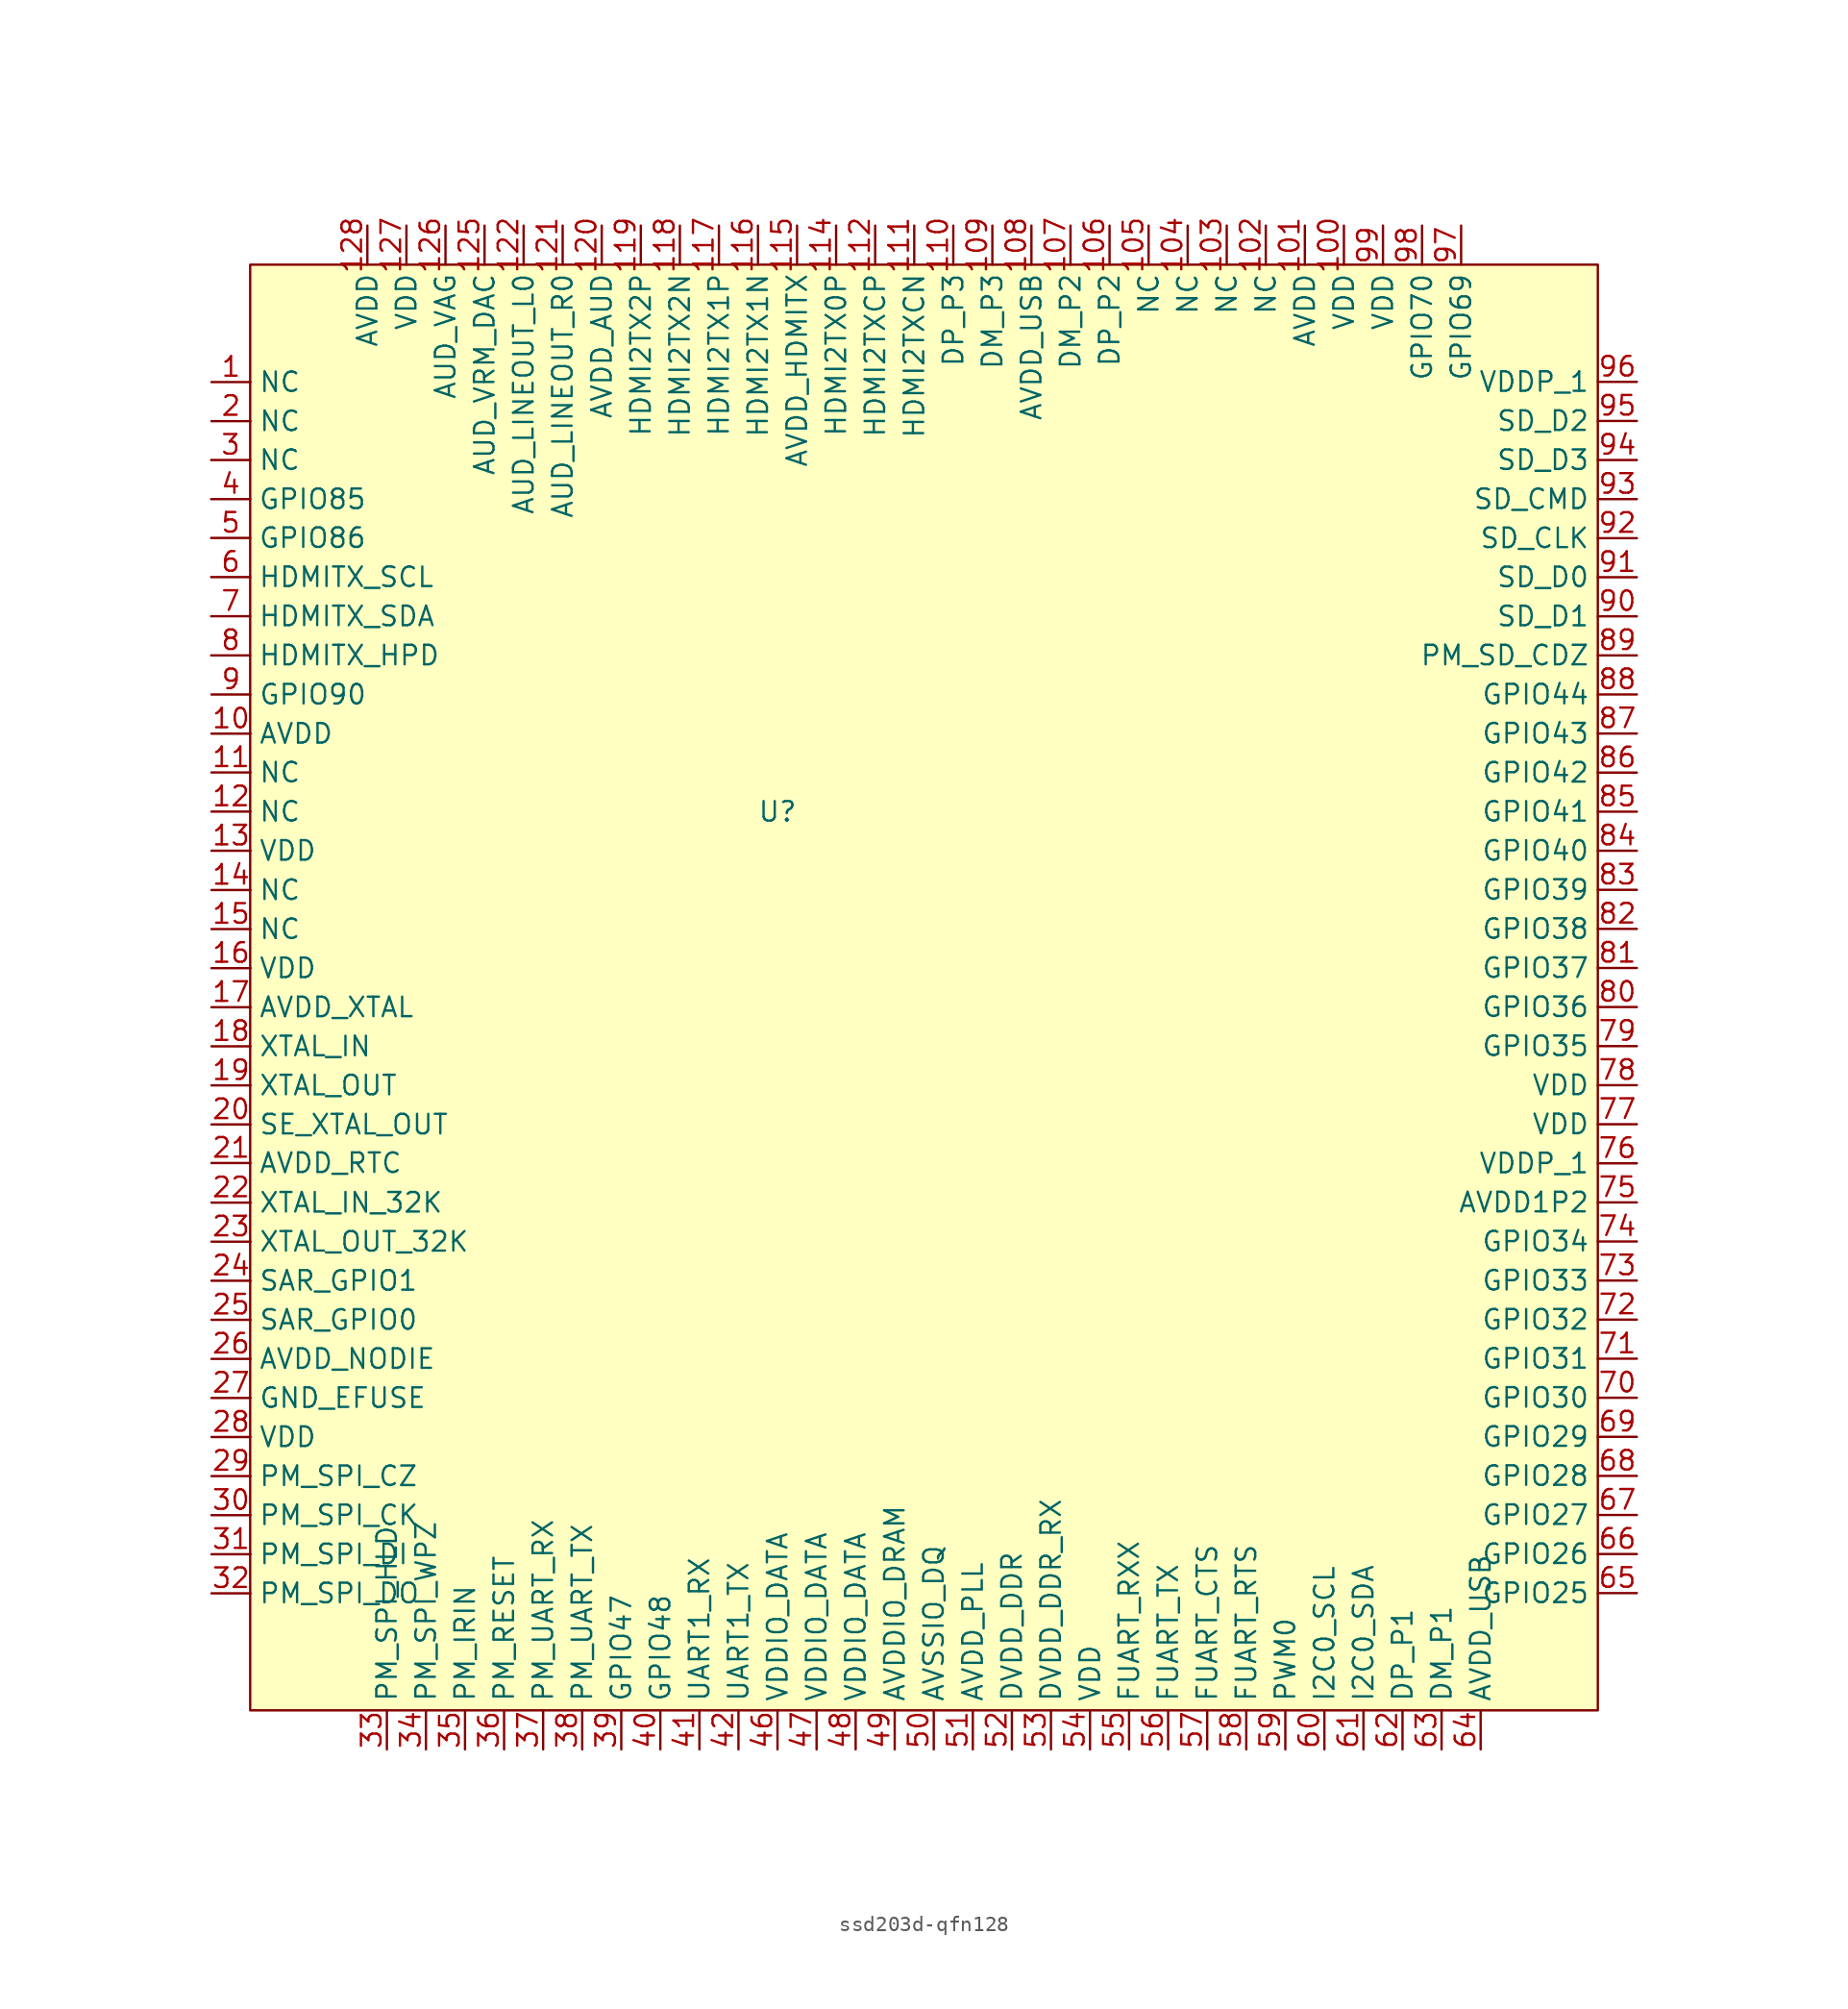
<source format=kicad_sym>
(kicad_symbol_lib
  (version 20231120)
  (generator "kicad_symbol_editor")
  (generator_version "8.0")
  (symbol "ssd203d-qfn128"
    (property "Reference" "U"
      (at 0 0 0)
      (effects (font (size 1.27 1.27))))
    (property "Value" ""
      (at 0 0 0)
      (effects (font (size 1.27 1.27))))
    (symbol "ssd203d-qfn128_1_1"
      (rectangle (start -34.29 35.56) (end 53.34 -58.42) (stroke (width 0) (type default)) (fill (type background)))
      (pin input line (at -36.807 27.927 0) (length 2.54) (name "NC" (effects (font (size 1.27 1.27)))) (number "1" (effects (font (size 1.27 1.27)))))
      (pin input line (at -36.807 5.072 0) (length 2.54) (name "AVDD" (effects (font (size 1.27 1.27)))) (number "10" (effects (font (size 1.27 1.27)))))
      (pin input line (at 36.83 38.1 270) (length 2.54) (name "VDD" (effects (font (size 1.27 1.27)))) (number "100" (effects (font (size 1.27 1.27)))))
      (pin input line (at 34.29 38.1 270) (length 2.54) (name "AVDD" (effects (font (size 1.27 1.27)))) (number "101" (effects (font (size 1.27 1.27)))))
      (pin input line (at 31.75 38.1 270) (length 2.54) (name "NC" (effects (font (size 1.27 1.27)))) (number "102" (effects (font (size 1.27 1.27)))))
      (pin input line (at 29.21 38.1 270) (length 2.54) (name "NC" (effects (font (size 1.27 1.27)))) (number "103" (effects (font (size 1.27 1.27)))))
      (pin input line (at 26.67 38.1 270) (length 2.54) (name "NC" (effects (font (size 1.27 1.27)))) (number "104" (effects (font (size 1.27 1.27)))))
      (pin input line (at 24.13 38.1 270) (length 2.54) (name "NC" (effects (font (size 1.27 1.27)))) (number "105" (effects (font (size 1.27 1.27)))))
      (pin input line (at 21.59 38.1 270) (length 2.54) (name "DP_P2" (effects (font (size 1.27 1.27)))) (number "106" (effects (font (size 1.27 1.27)))))
      (pin input line (at 19.05 38.1 270) (length 2.54) (name "DM_P2" (effects (font (size 1.27 1.27)))) (number "107" (effects (font (size 1.27 1.27)))))
      (pin input line (at 16.51 38.1 270) (length 2.54) (name "AVDD_USB" (effects (font (size 1.27 1.27)))) (number "108" (effects (font (size 1.27 1.27)))))
      (pin input line (at 13.97 38.1 270) (length 2.54) (name "DM_P3" (effects (font (size 1.27 1.27)))) (number "109" (effects (font (size 1.27 1.27)))))
      (pin input line (at -36.807 2.55 0) (length 2.54) (name "NC" (effects (font (size 1.27 1.27)))) (number "11" (effects (font (size 1.27 1.27)))))
      (pin input line (at 11.43 38.1 270) (length 2.54) (name "DP_P3" (effects (font (size 1.27 1.27)))) (number "110" (effects (font (size 1.27 1.27)))))
      (pin input line (at 8.89 38.1 270) (length 2.54) (name "HDMI2TXCN" (effects (font (size 1.27 1.27)))) (number "111" (effects (font (size 1.27 1.27)))))
      (pin input line (at 6.35 38.1 270) (length 2.54) (name "HDMI2TXCP" (effects (font (size 1.27 1.27)))) (number "112" (effects (font (size 1.27 1.27)))))
      (pin input line (at 3.81 38.1 270) (length 2.54) (name "HDMI2TX0P" (effects (font (size 1.27 1.27)))) (number "114" (effects (font (size 1.27 1.27)))))
      (pin input line (at 1.27 38.1 270) (length 2.54) (name "AVDD_HDMITX" (effects (font (size 1.27 1.27)))) (number "115" (effects (font (size 1.27 1.27)))))
      (pin input line (at -1.27 38.1 270) (length 2.54) (name "HDMI2TX1N" (effects (font (size 1.27 1.27)))) (number "116" (effects (font (size 1.27 1.27)))))
      (pin input line (at -3.81 38.1 270) (length 2.54) (name "HDMI2TX1P" (effects (font (size 1.27 1.27)))) (number "117" (effects (font (size 1.27 1.27)))))
      (pin input line (at -6.35 38.1 270) (length 2.54) (name "HDMI2TX2N" (effects (font (size 1.27 1.27)))) (number "118" (effects (font (size 1.27 1.27)))))
      (pin input line (at -8.89 38.1 270) (length 2.54) (name "HDMI2TX2P" (effects (font (size 1.27 1.27)))) (number "119" (effects (font (size 1.27 1.27)))))
      (pin input line (at -36.807 0.005 0) (length 2.54) (name "NC" (effects (font (size 1.27 1.27)))) (number "12" (effects (font (size 1.27 1.27)))))
      (pin input line (at -11.43 38.1 270) (length 2.54) (name "AVDD_AUD" (effects (font (size 1.27 1.27)))) (number "120" (effects (font (size 1.27 1.27)))))
      (pin input line (at -13.97 38.1 270) (length 2.54) (name "AUD_LINEOUT_R0" (effects (font (size 1.27 1.27)))) (number "121" (effects (font (size 1.27 1.27)))))
      (pin input line (at -16.51 38.1 270) (length 2.54) (name "AUD_LINEOUT_L0" (effects (font (size 1.27 1.27)))) (number "122" (effects (font (size 1.27 1.27)))))
      (pin input line (at -19.05 38.1 270) (length 2.54) (name "AUD_VRM_DAC" (effects (font (size 1.27 1.27)))) (number "125" (effects (font (size 1.27 1.27)))))
      (pin input line (at -21.59 38.1 270) (length 2.54) (name "AUD_VAG" (effects (font (size 1.27 1.27)))) (number "126" (effects (font (size 1.27 1.27)))))
      (pin input line (at -24.13 38.1 270) (length 2.54) (name "VDD" (effects (font (size 1.27 1.27)))) (number "127" (effects (font (size 1.27 1.27)))))
      (pin input line (at -26.67 38.1 270) (length 2.54) (name "AVDD" (effects (font (size 1.27 1.27)))) (number "128" (effects (font (size 1.27 1.27)))))
      (pin input line (at -36.807 -2.54 0) (length 2.54) (name "VDD" (effects (font (size 1.27 1.27)))) (number "13" (effects (font (size 1.27 1.27)))))
      (pin input line (at -36.807 -5.093 0) (length 2.54) (name "NC" (effects (font (size 1.27 1.27)))) (number "14" (effects (font (size 1.27 1.27)))))
      (pin input line (at -36.807 -7.633 0) (length 2.54) (name "NC" (effects (font (size 1.27 1.27)))) (number "15" (effects (font (size 1.27 1.27)))))
      (pin input line (at -36.807 -10.173 0) (length 2.54) (name "VDD" (effects (font (size 1.27 1.27)))) (number "16" (effects (font (size 1.27 1.27)))))
      (pin input line (at -36.807 -12.713 0) (length 2.54) (name "AVDD_XTAL" (effects (font (size 1.27 1.27)))) (number "17" (effects (font (size 1.27 1.27)))))
      (pin input line (at -36.807 -15.253 0) (length 2.54) (name "XTAL_IN" (effects (font (size 1.27 1.27)))) (number "18" (effects (font (size 1.27 1.27)))))
      (pin input line (at -36.807 -17.793 0) (length 2.54) (name "XTAL_OUT" (effects (font (size 1.27 1.27)))) (number "19" (effects (font (size 1.27 1.27)))))
      (pin input line (at -36.807 25.387 0) (length 2.54) (name "NC" (effects (font (size 1.27 1.27)))) (number "2" (effects (font (size 1.27 1.27)))))
      (pin input line (at -36.807 -20.333 0) (length 2.54) (name "SE_XTAL_OUT" (effects (font (size 1.27 1.27)))) (number "20" (effects (font (size 1.27 1.27)))))
      (pin input line (at -36.807 -22.84 0) (length 2.54) (name "AVDD_RTC" (effects (font (size 1.27 1.27)))) (number "21" (effects (font (size 1.27 1.27)))))
      (pin input line (at -36.807 -25.413 0) (length 2.54) (name "XTAL_IN_32K" (effects (font (size 1.27 1.27)))) (number "22" (effects (font (size 1.27 1.27)))))
      (pin input line (at -36.807 -27.953 0) (length 2.54) (name "XTAL_OUT_32K" (effects (font (size 1.27 1.27)))) (number "23" (effects (font (size 1.27 1.27)))))
      (pin input line (at -36.807 -30.493 0) (length 2.54) (name "SAR_GPIO1" (effects (font (size 1.27 1.27)))) (number "24" (effects (font (size 1.27 1.27)))))
      (pin input line (at -36.807 -33.033 0) (length 2.54) (name "SAR_GPIO0" (effects (font (size 1.27 1.27)))) (number "25" (effects (font (size 1.27 1.27)))))
      (pin input line (at -36.807 -35.573 0) (length 2.54) (name "AVDD_NODIE" (effects (font (size 1.27 1.27)))) (number "26" (effects (font (size 1.27 1.27)))))
      (pin input line (at -36.807 -38.113 0) (length 2.54) (name "GND_EFUSE" (effects (font (size 1.27 1.27)))) (number "27" (effects (font (size 1.27 1.27)))))
      (pin input line (at -36.807 -40.653 0) (length 2.54) (name "VDD" (effects (font (size 1.27 1.27)))) (number "28" (effects (font (size 1.27 1.27)))))
      (pin input line (at -36.807 -43.193 0) (length 2.54) (name "PM_SPI_CZ" (effects (font (size 1.27 1.27)))) (number "29" (effects (font (size 1.27 1.27)))))
      (pin input line (at -36.83 22.861 0) (length 2.54) (name "NC" (effects (font (size 1.27 1.27)))) (number "3" (effects (font (size 1.27 1.27)))))
      (pin input line (at -36.807 -45.733 0) (length 2.54) (name "PM_SPI_CK" (effects (font (size 1.27 1.27)))) (number "30" (effects (font (size 1.27 1.27)))))
      (pin input line (at -36.807 -48.273 0) (length 2.54) (name "PM_SPI_DI" (effects (font (size 1.27 1.27)))) (number "31" (effects (font (size 1.27 1.27)))))
      (pin input line (at -36.807 -50.813 0) (length 2.54) (name "PM_SPI_DO" (effects (font (size 1.27 1.27)))) (number "32" (effects (font (size 1.27 1.27)))))
      (pin input line (at -25.4 -60.96 90) (length 2.54) (name "PM_SPI_HLD" (effects (font (size 1.27 1.27)))) (number "33" (effects (font (size 1.27 1.27)))))
      (pin input line (at -22.86 -60.96 90) (length 2.54) (name "PM_SPI_WPZ" (effects (font (size 1.27 1.27)))) (number "34" (effects (font (size 1.27 1.27)))))
      (pin input line (at -20.32 -60.96 90) (length 2.54) (name "PM_IRIN" (effects (font (size 1.27 1.27)))) (number "35" (effects (font (size 1.27 1.27)))))
      (pin input line (at -17.78 -60.96 90) (length 2.54) (name "PM_RESET" (effects (font (size 1.27 1.27)))) (number "36" (effects (font (size 1.27 1.27)))))
      (pin input line (at -15.24 -60.96 90) (length 2.54) (name "PM_UART_RX" (effects (font (size 1.27 1.27)))) (number "37" (effects (font (size 1.27 1.27)))))
      (pin input line (at -12.7 -60.96 90) (length 2.54) (name "PM_UART_TX" (effects (font (size 1.27 1.27)))) (number "38" (effects (font (size 1.27 1.27)))))
      (pin input line (at -10.16 -60.96 90) (length 2.54) (name "GPIO47" (effects (font (size 1.27 1.27)))) (number "39" (effects (font (size 1.27 1.27)))))
      (pin input line (at -36.83 20.316 0) (length 2.54) (name "GPIO85" (effects (font (size 1.27 1.27)))) (number "4" (effects (font (size 1.27 1.27)))))
      (pin input line (at -7.62 -60.96 90) (length 2.54) (name "GPIO48" (effects (font (size 1.27 1.27)))) (number "40" (effects (font (size 1.27 1.27)))))
      (pin input line (at -5.08 -60.96 90) (length 2.54) (name "UART1_RX" (effects (font (size 1.27 1.27)))) (number "41" (effects (font (size 1.27 1.27)))))
      (pin input line (at -2.54 -60.96 90) (length 2.54) (name "UART1_TX" (effects (font (size 1.27 1.27)))) (number "42" (effects (font (size 1.27 1.27)))))
      (pin input line (at 0 -60.96 90) (length 2.54) (name "VDDIO_DATA" (effects (font (size 1.27 1.27)))) (number "46" (effects (font (size 1.27 1.27)))))
      (pin input line (at 2.54 -60.96 90) (length 2.54) (name "VDDIO_DATA" (effects (font (size 1.27 1.27)))) (number "47" (effects (font (size 1.27 1.27)))))
      (pin input line (at 5.08 -60.96 90) (length 2.54) (name "VDDIO_DATA" (effects (font (size 1.27 1.27)))) (number "48" (effects (font (size 1.27 1.27)))))
      (pin input line (at 7.62 -60.96 90) (length 2.54) (name "AVDDIO_DRAM" (effects (font (size 1.27 1.27)))) (number "49" (effects (font (size 1.27 1.27)))))
      (pin input line (at -36.83 17.794 0) (length 2.54) (name "GPIO86" (effects (font (size 1.27 1.27)))) (number "5" (effects (font (size 1.27 1.27)))))
      (pin input line (at 10.16 -60.96 90) (length 2.54) (name "AVSSIO_DQ" (effects (font (size 1.27 1.27)))) (number "50" (effects (font (size 1.27 1.27)))))
      (pin input line (at 12.7 -60.96 90) (length 2.54) (name "AVDD_PLL" (effects (font (size 1.27 1.27)))) (number "51" (effects (font (size 1.27 1.27)))))
      (pin input line (at 15.24 -60.96 90) (length 2.54) (name "DVDD_DDR" (effects (font (size 1.27 1.27)))) (number "52" (effects (font (size 1.27 1.27)))))
      (pin input line (at 17.78 -60.96 90) (length 2.54) (name "DVDD_DDR_RX" (effects (font (size 1.27 1.27)))) (number "53" (effects (font (size 1.27 1.27)))))
      (pin input line (at 20.32 -60.96 90) (length 2.54) (name "VDD" (effects (font (size 1.27 1.27)))) (number "54" (effects (font (size 1.27 1.27)))))
      (pin input line (at 22.86 -60.96 90) (length 2.54) (name "FUART_RXX" (effects (font (size 1.27 1.27)))) (number "55" (effects (font (size 1.27 1.27)))))
      (pin input line (at 25.4 -60.96 90) (length 2.54) (name "FUART_TX" (effects (font (size 1.27 1.27)))) (number "56" (effects (font (size 1.27 1.27)))))
      (pin input line (at 27.94 -60.96 90) (length 2.54) (name "FUART_CTS" (effects (font (size 1.27 1.27)))) (number "57" (effects (font (size 1.27 1.27)))))
      (pin input line (at 30.48 -60.96 90) (length 2.54) (name "FUART_RTS" (effects (font (size 1.27 1.27)))) (number "58" (effects (font (size 1.27 1.27)))))
      (pin input line (at 33.02 -60.96 90) (length 2.54) (name "PWM0" (effects (font (size 1.27 1.27)))) (number "59" (effects (font (size 1.27 1.27)))))
      (pin input line (at -36.83 15.25 0) (length 2.54) (name "HDMITX_SCL" (effects (font (size 1.27 1.27)))) (number "6" (effects (font (size 1.27 1.27)))))
      (pin input line (at 35.56 -60.96 90) (length 2.54) (name "I2C0_SCL" (effects (font (size 1.27 1.27)))) (number "60" (effects (font (size 1.27 1.27)))))
      (pin input line (at 38.1 -60.96 90) (length 2.54) (name "I2C0_SDA" (effects (font (size 1.27 1.27)))) (number "61" (effects (font (size 1.27 1.27)))))
      (pin input line (at 40.64 -60.96 90) (length 2.54) (name "DP_P1" (effects (font (size 1.27 1.27)))) (number "62" (effects (font (size 1.27 1.27)))))
      (pin input line (at 43.18 -60.96 90) (length 2.54) (name "DM_P1" (effects (font (size 1.27 1.27)))) (number "63" (effects (font (size 1.27 1.27)))))
      (pin input line (at 45.72 -60.96 90) (length 2.54) (name "AVDD_USB" (effects (font (size 1.27 1.27)))) (number "64" (effects (font (size 1.27 1.27)))))
      (pin input line (at 55.88 -50.8 180) (length 2.54) (name "GPIO25" (effects (font (size 1.27 1.27)))) (number "65" (effects (font (size 1.27 1.27)))))
      (pin input line (at 55.88 -48.26 180) (length 2.54) (name "GPIO26" (effects (font (size 1.27 1.27)))) (number "66" (effects (font (size 1.27 1.27)))))
      (pin input line (at 55.88 -45.72 180) (length 2.54) (name "GPIO27" (effects (font (size 1.27 1.27)))) (number "67" (effects (font (size 1.27 1.27)))))
      (pin input line (at 55.88 -43.18 180) (length 2.54) (name "GPIO28" (effects (font (size 1.27 1.27)))) (number "68" (effects (font (size 1.27 1.27)))))
      (pin input line (at 55.88 -40.64 180) (length 2.54) (name "GPIO29" (effects (font (size 1.27 1.27)))) (number "69" (effects (font (size 1.27 1.27)))))
      (pin input line (at -36.83 12.705 0) (length 2.54) (name "HDMITX_SDA" (effects (font (size 1.27 1.27)))) (number "7" (effects (font (size 1.27 1.27)))))
      (pin input line (at 55.88 -38.1 180) (length 2.54) (name "GPIO30" (effects (font (size 1.27 1.27)))) (number "70" (effects (font (size 1.27 1.27)))))
      (pin input line (at 55.88 -35.56 180) (length 2.54) (name "GPIO31" (effects (font (size 1.27 1.27)))) (number "71" (effects (font (size 1.27 1.27)))))
      (pin input line (at 55.88 -33.02 180) (length 2.54) (name "GPIO32" (effects (font (size 1.27 1.27)))) (number "72" (effects (font (size 1.27 1.27)))))
      (pin input line (at 55.88 -30.48 180) (length 2.54) (name "GPIO33" (effects (font (size 1.27 1.27)))) (number "73" (effects (font (size 1.27 1.27)))))
      (pin input line (at 55.88 -27.94 180) (length 2.54) (name "GPIO34" (effects (font (size 1.27 1.27)))) (number "74" (effects (font (size 1.27 1.27)))))
      (pin input line (at 55.88 -25.4 180) (length 2.54) (name "AVDD1P2" (effects (font (size 1.27 1.27)))) (number "75" (effects (font (size 1.27 1.27)))))
      (pin input line (at 55.88 -22.86 180) (length 2.54) (name "VDDP_1" (effects (font (size 1.27 1.27)))) (number "76" (effects (font (size 1.27 1.27)))))
      (pin input line (at 55.88 -20.32 180) (length 2.54) (name "VDD" (effects (font (size 1.27 1.27)))) (number "77" (effects (font (size 1.27 1.27)))))
      (pin input line (at 55.88 -17.78 180) (length 2.54) (name "VDD" (effects (font (size 1.27 1.27)))) (number "78" (effects (font (size 1.27 1.27)))))
      (pin input line (at 55.88 -15.24 180) (length 2.54) (name "GPIO35" (effects (font (size 1.27 1.27)))) (number "79" (effects (font (size 1.27 1.27)))))
      (pin input line (at -36.83 10.16 0) (length 2.54) (name "HDMITX_HPD" (effects (font (size 1.27 1.27)))) (number "8" (effects (font (size 1.27 1.27)))))
      (pin input line (at 55.88 -12.7 180) (length 2.54) (name "GPIO36" (effects (font (size 1.27 1.27)))) (number "80" (effects (font (size 1.27 1.27)))))
      (pin input line (at 55.88 -10.16 180) (length 2.54) (name "GPIO37" (effects (font (size 1.27 1.27)))) (number "81" (effects (font (size 1.27 1.27)))))
      (pin input line (at 55.88 -7.62 180) (length 2.54) (name "GPIO38" (effects (font (size 1.27 1.27)))) (number "82" (effects (font (size 1.27 1.27)))))
      (pin input line (at 55.88 -5.08 180) (length 2.54) (name "GPIO39" (effects (font (size 1.27 1.27)))) (number "83" (effects (font (size 1.27 1.27)))))
      (pin input line (at 55.88 -2.54 180) (length 2.54) (name "GPIO40" (effects (font (size 1.27 1.27)))) (number "84" (effects (font (size 1.27 1.27)))))
      (pin input line (at 55.88 0 180) (length 2.54) (name "GPIO41" (effects (font (size 1.27 1.27)))) (number "85" (effects (font (size 1.27 1.27)))))
      (pin input line (at 55.88 2.54 180) (length 2.54) (name "GPIO42" (effects (font (size 1.27 1.27)))) (number "86" (effects (font (size 1.27 1.27)))))
      (pin input line (at 55.88 5.08 180) (length 2.54) (name "GPIO43" (effects (font (size 1.27 1.27)))) (number "87" (effects (font (size 1.27 1.27)))))
      (pin input line (at 55.88 7.62 180) (length 2.54) (name "GPIO44" (effects (font (size 1.27 1.27)))) (number "88" (effects (font (size 1.27 1.27)))))
      (pin input line (at 55.88 10.16 180) (length 2.54) (name "PM_SD_CDZ" (effects (font (size 1.27 1.27)))) (number "89" (effects (font (size 1.27 1.27)))))
      (pin input line (at -36.807 7.616 0) (length 2.54) (name "GPIO90" (effects (font (size 1.27 1.27)))) (number "9" (effects (font (size 1.27 1.27)))))
      (pin input line (at 55.88 12.7 180) (length 2.54) (name "SD_D1" (effects (font (size 1.27 1.27)))) (number "90" (effects (font (size 1.27 1.27)))))
      (pin input line (at 55.88 15.24 180) (length 2.54) (name "SD_D0" (effects (font (size 1.27 1.27)))) (number "91" (effects (font (size 1.27 1.27)))))
      (pin input line (at 55.88 17.78 180) (length 2.54) (name "SD_CLK" (effects (font (size 1.27 1.27)))) (number "92" (effects (font (size 1.27 1.27)))))
      (pin input line (at 55.88 20.32 180) (length 2.54) (name "SD_CMD" (effects (font (size 1.27 1.27)))) (number "93" (effects (font (size 1.27 1.27)))))
      (pin input line (at 55.88 22.86 180) (length 2.54) (name "SD_D3" (effects (font (size 1.27 1.27)))) (number "94" (effects (font (size 1.27 1.27)))))
      (pin input line (at 55.88 25.4 180) (length 2.54) (name "SD_D2" (effects (font (size 1.27 1.27)))) (number "95" (effects (font (size 1.27 1.27)))))
      (pin input line (at 55.88 27.94 180) (length 2.54) (name "VDDP_1" (effects (font (size 1.27 1.27)))) (number "96" (effects (font (size 1.27 1.27)))))
      (pin input line (at 44.45 38.1 270) (length 2.54) (name "GPIO69" (effects (font (size 1.27 1.27)))) (number "97" (effects (font (size 1.27 1.27)))))
      (pin input line (at 41.91 38.1 270) (length 2.54) (name "GPIO70" (effects (font (size 1.27 1.27)))) (number "98" (effects (font (size 1.27 1.27)))))
      (pin input line (at 39.37 38.1 270) (length 2.54) (name "VDD" (effects (font (size 1.27 1.27)))) (number "99" (effects (font (size 1.27 1.27))))))))
</source>
